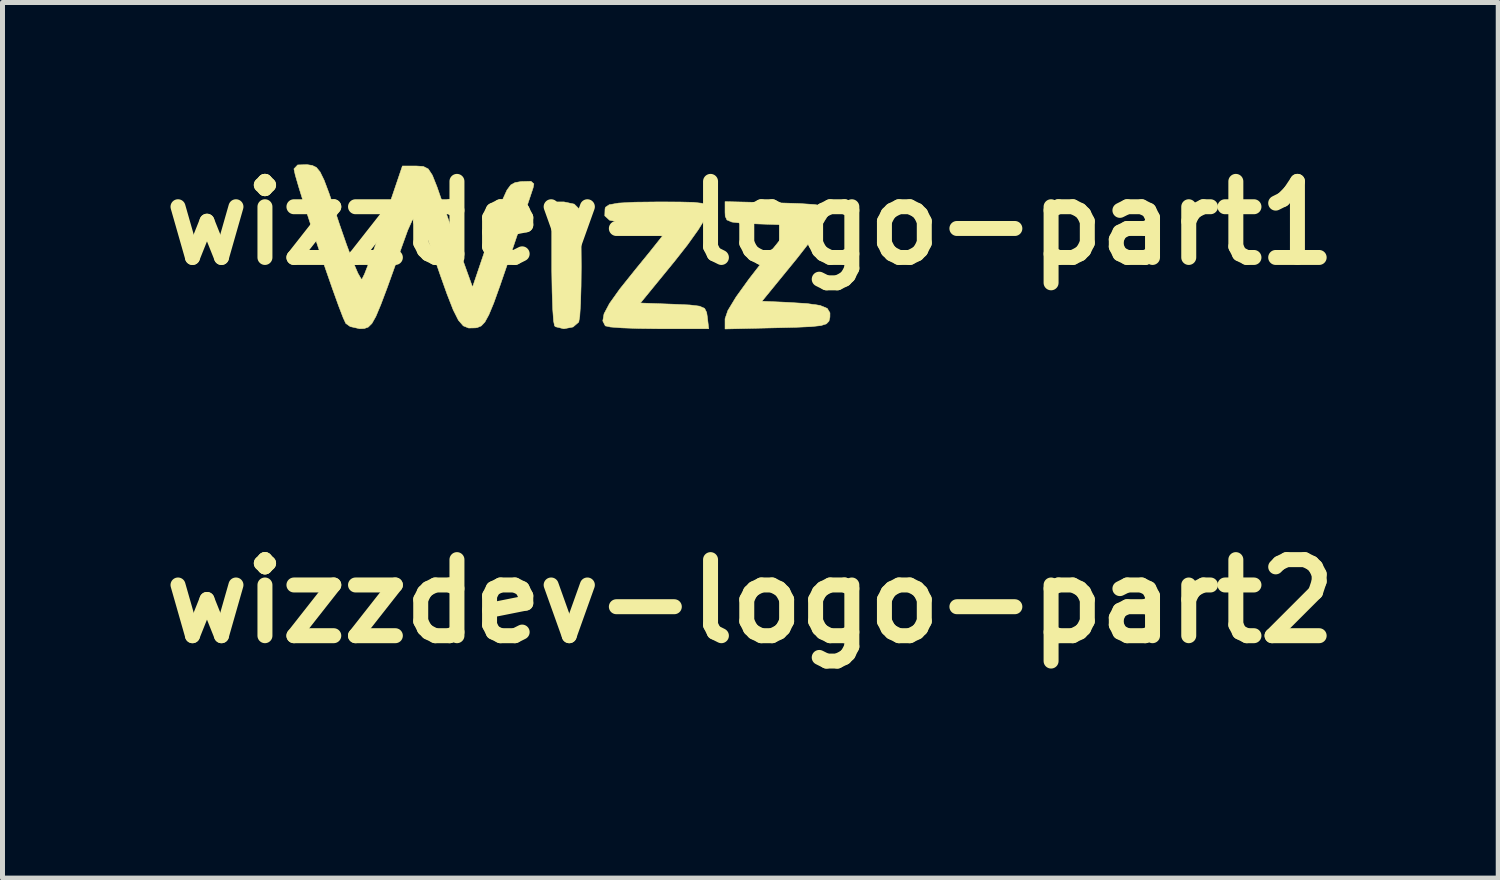
<source format=kicad_pcb>
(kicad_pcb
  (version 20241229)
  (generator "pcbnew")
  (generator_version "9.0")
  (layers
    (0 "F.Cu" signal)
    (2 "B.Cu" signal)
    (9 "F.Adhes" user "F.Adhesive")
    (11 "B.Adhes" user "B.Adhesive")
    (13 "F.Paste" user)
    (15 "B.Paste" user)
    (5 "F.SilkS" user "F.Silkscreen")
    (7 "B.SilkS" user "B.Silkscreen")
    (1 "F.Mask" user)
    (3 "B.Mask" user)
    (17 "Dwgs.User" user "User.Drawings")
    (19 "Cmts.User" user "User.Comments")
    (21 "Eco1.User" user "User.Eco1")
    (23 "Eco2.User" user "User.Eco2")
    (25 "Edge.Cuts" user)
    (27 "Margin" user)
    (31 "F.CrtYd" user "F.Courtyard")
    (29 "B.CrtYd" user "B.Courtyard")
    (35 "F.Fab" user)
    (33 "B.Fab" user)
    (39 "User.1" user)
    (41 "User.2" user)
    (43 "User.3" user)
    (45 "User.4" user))
  (footprint "wizzdev-logo-part1"
    (layer "F.Cu")
    (at 11.982 1.418)
    (property "Reference" "wizzdev-logo-part1" (at 0 0 0) (layer "F.SilkS") (effects (font (size 1.524 1.524) (thickness 0.3))))
    (attr through_hole)
    (fp_poly (pts (xy -3.528 -0.379) (xy -3.438 -0.289) (xy -3.416 -0.146) (xy -3.4 0.125) (xy -3.391 0.478) (xy -3.388 0.872) (xy -3.392 1.263) (xy -3.402 1.608) (xy -3.418 1.865) (xy -3.438 1.983) (xy -3.552 2.082) (xy -3.737 2.118) (xy -3.902 2.078) (xy -3.923 2.06) (xy -3.943 1.96) (xy -3.96 1.721) (xy -3.972 1.378) (xy -3.979 0.96) (xy -3.979 0.79) (xy -3.979 -0.423) (xy -3.734 -0.423) (xy -3.528 -0.379)) (stroke (width 0.01) (type solid)) (fill yes) (layer "F.SilkS"))
    (fp_poly (pts (xy 0.528 -0.405) (xy 0.977 -0.391) (xy 1.282 -0.371) (xy 1.469 -0.341) (xy 1.563 -0.298) (xy 1.588 -0.254) (xy 1.547 -0.144) (xy 1.415 0.067) (xy 1.213 0.349) (xy 0.96 0.673) (xy 0.923 0.72) (xy 0.232 1.566) (xy 0.73 1.588) (xy 1.134 1.613) (xy 1.395 1.65) (xy 1.54 1.71) (xy 1.594 1.8) (xy 1.593 1.887) (xy 1.574 1.965) (xy 1.523 2.019) (xy 1.413 2.054) (xy 1.214 2.075) (xy 0.898 2.089) (xy 0.529 2.098) (xy -0.508 2.122) (xy -0.508 1.918) (xy -0.451 1.752) (xy -0.287 1.481) (xy -0.027 1.12) (xy 0.161 0.878) (xy 0.831 0.042) (xy 0.161 0.018) (xy -0.172 0.003) (xy -0.371 -0.02) (xy -0.47 -0.062) (xy -0.504 -0.136) (xy -0.508 -0.218) (xy -0.508 -0.429) (xy 0.528 -0.405)) (stroke (width 0.01) (type solid)) (fill yes) (layer "F.SilkS"))
    (fp_poly (pts (xy -1.429 -0.422) (xy -1.144 -0.415) (xy -0.971 -0.396) (xy -0.883 -0.361) (xy -0.851 -0.304) (xy -0.847 -0.239) (xy -0.899 -0.101) (xy -1.045 0.135) (xy -1.263 0.44) (xy -1.525 0.773) (xy -2.203 1.602) (xy -1.546 1.626) (xy -1.216 1.641) (xy -1.019 1.665) (xy -0.917 1.71) (xy -0.876 1.791) (xy -0.862 1.884) (xy -0.835 2.117) (xy -1.843 2.117) (xy -2.24 2.112) (xy -2.574 2.1) (xy -2.808 2.082) (xy -2.907 2.06) (xy -2.957 1.961) (xy -2.932 1.818) (xy -2.822 1.611) (xy -2.617 1.323) (xy -2.304 0.932) (xy -2.286 0.91) (xy -2.029 0.595) (xy -1.817 0.329) (xy -1.67 0.138) (xy -1.609 0.047) (xy -1.609 0.044) (xy -1.686 0.023) (xy -1.892 0.007) (xy -2.183 0.000151) (xy -2.235 0) (xy -2.601 -0.013) (xy -2.821 -0.057) (xy -2.917 -0.145) (xy -2.912 -0.285) (xy -2.901 -0.318) (xy -2.828 -0.367) (xy -2.638 -0.4) (xy -2.314 -0.418) (xy -1.856 -0.423) (xy -1.429 -0.422)) (stroke (width 0.01) (type solid)) (fill yes) (layer "F.SilkS"))
    (fp_poly (pts (xy -8.777 -1.154) (xy -8.694 -1.114) (xy -8.62 -1.024) (xy -8.54 -0.861) (xy -8.441 -0.598) (xy -8.31 -0.211) (xy -8.232 0.024) (xy -8.091 0.43) (xy -7.965 0.766) (xy -7.863 1.004) (xy -7.796 1.12) (xy -7.781 1.124) (xy -7.731 1.024) (xy -7.641 0.794) (xy -7.52 0.466) (xy -7.383 0.072) (xy -7.344 -0.042) (xy -6.971 -1.143) (xy -6.696 -1.143) (xy -6.552 -1.134) (xy -6.453 -1.084) (xy -6.371 -0.959) (xy -6.278 -0.726) (xy -6.217 -0.55) (xy -6.077 -0.149) (xy -5.917 0.305) (xy -5.789 0.663) (xy -5.566 1.283) (xy -5.213 0.24) (xy -5.067 -0.186) (xy -4.96 -0.477) (xy -4.876 -0.661) (xy -4.8 -0.763) (xy -4.715 -0.81) (xy -4.606 -0.829) (xy -4.581 -0.831) (xy -4.395 -0.836) (xy -4.337 -0.785) (xy -4.353 -0.704) (xy -4.396 -0.575) (xy -4.483 -0.315) (xy -4.604 0.043) (xy -4.748 0.469) (xy -4.847 0.762) (xy -5.015 1.251) (xy -5.141 1.602) (xy -5.239 1.838) (xy -5.319 1.984) (xy -5.392 2.061) (xy -5.472 2.094) (xy -5.511 2.1) (xy -5.644 2.103) (xy -5.751 2.06) (xy -5.849 1.947) (xy -5.953 1.74) (xy -6.08 1.415) (xy -6.207 1.058) (xy -6.386 0.539) (xy -6.518 0.172) (xy -6.616 -0.046) (xy -6.696 -0.121) (xy -6.774 -0.056) (xy -6.864 0.144) (xy -6.983 0.474) (xy -7.099 0.804) (xy -7.273 1.289) (xy -7.404 1.636) (xy -7.502 1.87) (xy -7.582 2.012) (xy -7.656 2.085) (xy -7.735 2.113) (xy -7.826 2.117) (xy -8.016 2.074) (xy -8.105 2.011) (xy -8.157 1.898) (xy -8.25 1.656) (xy -8.372 1.317) (xy -8.513 0.912) (xy -8.661 0.475) (xy -8.807 0.036) (xy -8.939 -0.371) (xy -9.046 -0.716) (xy -9.118 -0.964) (xy -9.144 -1.085) (xy -9.069 -1.164) (xy -8.881 -1.17) (xy -8.777 -1.154)) (stroke (width 0.01) (type solid)) (fill yes) (layer "F.SilkS")))
  (footprint "wizzdev-logo-part2"
    (layer "F.Cu")
    (at 11.982 8.995)
    (property "Reference" "wizzdev-logo-part2" (at 0 0 0) (layer "F.SilkS") (effects (font (size 1.524 1.524) (thickness 0.3))))
    (attr through_hole)
    (fp_poly (pts (xy 8.439 -0.444) (xy 8.588 -0.231) (xy 8.645 -0.106) (xy 8.784 0.214) (xy 8.929 0.537) (xy 8.974 0.635) (xy 9.092 0.894) (xy 9.187 1.12) (xy 9.205 1.166) (xy 9.246 1.238) (xy 9.298 1.225) (xy 9.375 1.107) (xy 9.492 0.866) (xy 9.604 0.616) (xy 9.802 0.173) (xy 9.953 -0.136) (xy 10.071 -0.336) (xy 10.172 -0.449) (xy 10.274 -0.498) (xy 10.374 -0.508) (xy 10.493 -0.491) (xy 10.558 -0.426) (xy 10.565 -0.294) (xy 10.51 -0.077) (xy 10.389 0.244) (xy 10.199 0.689) (xy 10.081 0.954) (xy 9.884 1.391) (xy 9.739 1.697) (xy 9.63 1.896) (xy 9.539 2.013) (xy 9.451 2.071) (xy 9.348 2.094) (xy 9.29 2.1) (xy 9.144 2.106) (xy 9.039 2.072) (xy 8.947 1.968) (xy 8.839 1.763) (xy 8.721 1.507) (xy 8.448 0.899) (xy 8.243 0.427) (xy 8.1 0.075) (xy 8.012 -0.174) (xy 7.975 -0.336) (xy 7.983 -0.427) (xy 8.018 -0.46) (xy 8.26 -0.514) (xy 8.439 -0.444)) (stroke (width 0.01) (type solid)) (fill yes) (layer "F.Mask"))
    (fp_poly (pts (xy -7.152 -2.4) (xy -6.968 -2.297) (xy -6.77 -2.19) (xy -6.469 -2.068) (xy -6.128 -1.954) (xy -6.096 -1.944) (xy -5.67 -1.818) (xy -5.198 -1.672) (xy -4.838 -1.558) (xy -4.398 -1.436) (xy -4.061 -1.396) (xy -3.883 -1.409) (xy -3.574 -1.402) (xy -3.351 -1.292) (xy -3.235 -1.111) (xy -3.246 -0.889) (xy -3.387 -0.677) (xy -3.583 -0.533) (xy -3.773 -0.535) (xy -3.96 -0.64) (xy -4.101 -0.774) (xy -4.149 -0.878) (xy -4.223 -0.955) (xy -4.42 -1.055) (xy -4.698 -1.159) (xy -4.72 -1.166) (xy -5.4 -1.38) (xy -5.938 -1.547) (xy -6.352 -1.672) (xy -6.661 -1.761) (xy -6.884 -1.819) (xy -7.04 -1.851) (xy -7.146 -1.862) (xy -7.165 -1.863) (xy -7.368 -1.793) (xy -7.62 -1.603) (xy -7.89 -1.322) (xy -8.104 -1.037) (xy -8.254 -0.874) (xy -8.373 -0.874) (xy -8.435 -0.97) (xy -8.407 -1.1) (xy -8.279 -1.312) (xy -8.115 -1.519) (xy -7.916 -1.777) (xy -7.766 -2.022) (xy -7.704 -2.179) (xy -7.601 -2.37) (xy -7.404 -2.445) (xy -7.152 -2.4)) (stroke (width 0.01) (type solid)) (fill yes) (layer "F.Mask"))
    (fp_poly (pts (xy 3.712 -1.151) (xy 4.03 -1.115) (xy 4.129 -1.093) (xy 4.524 -0.898) (xy 4.847 -0.562) (xy 5.08 -0.103) (xy 5.121 0.025) (xy 5.193 0.313) (xy 5.206 0.532) (xy 5.159 0.775) (xy 5.123 0.902) (xy 4.896 1.384) (xy 4.535 1.766) (xy 4.277 1.931) (xy 4.083 1.995) (xy 3.785 2.047) (xy 3.419 2.085) (xy 3.025 2.109) (xy 2.639 2.117) (xy 2.3 2.107) (xy 2.045 2.078) (xy 1.912 2.03) (xy 1.904 2.017) (xy 1.89 1.897) (xy 1.881 1.638) (xy 1.88 1.541) (xy 2.54 1.541) (xy 3.267 1.512) (xy 3.623 1.493) (xy 3.856 1.465) (xy 4.01 1.412) (xy 4.131 1.321) (xy 4.236 1.21) (xy 4.471 0.835) (xy 4.541 0.423) (xy 4.471 0.05) (xy 4.332 -0.246) (xy 4.128 -0.449) (xy 3.828 -0.577) (xy 3.404 -0.646) (xy 3.221 -0.66) (xy 2.54 -0.699) (xy 2.54 1.541) (xy 1.88 1.541) (xy 1.877 1.269) (xy 1.877 0.819) (xy 1.882 0.378) (xy 1.905 -1.143) (xy 2.836 -1.168) (xy 3.298 -1.17) (xy 3.712 -1.151)) (stroke (width 0.01) (type solid)) (fill yes) (layer "F.Mask"))
    (fp_poly (pts (xy 7.093 -0.43) (xy 7.443 -0.228) (xy 7.723 0.066) (xy 7.899 0.416) (xy 7.94 0.762) (xy 7.916 1.058) (xy 6.962 1.101) (xy 6.55 1.12) (xy 6.282 1.138) (xy 6.133 1.163) (xy 6.078 1.2) (xy 6.091 1.258) (xy 6.134 1.324) (xy 6.354 1.499) (xy 6.669 1.568) (xy 7.036 1.525) (xy 7.201 1.47) (xy 7.424 1.387) (xy 7.549 1.372) (xy 7.63 1.427) (xy 7.674 1.484) (xy 7.77 1.647) (xy 7.753 1.766) (xy 7.605 1.891) (xy 7.514 1.948) (xy 7.182 2.073) (xy 6.77 2.116) (xy 6.35 2.078) (xy 6.013 1.968) (xy 5.689 1.718) (xy 5.47 1.37) (xy 5.366 0.965) (xy 5.386 0.547) (xy 5.387 0.545) (xy 6.011 0.545) (xy 6.089 0.567) (xy 6.297 0.584) (xy 6.594 0.592) (xy 6.699 0.593) (xy 7.387 0.593) (xy 7.262 0.402) (xy 7.019 0.155) (xy 6.726 0.046) (xy 6.425 0.089) (xy 6.201 0.231) (xy 6.048 0.418) (xy 6.011 0.545) (xy 5.387 0.545) (xy 5.54 0.156) (xy 5.582 0.094) (xy 5.857 -0.181) (xy 6.217 -0.391) (xy 6.592 -0.499) (xy 6.706 -0.507) (xy 7.093 -0.43)) (stroke (width 0.01) (type solid)) (fill yes) (layer "F.Mask"))
    (fp_poly (pts (xy -10.115 -1.387) (xy -9.98 -1.231) (xy -9.969 -1.006) (xy -9.969 -0.855) (xy -9.929 -0.618) (xy -9.864 -0.347) (xy -9.787 -0.091) (xy -9.712 0.098) (xy -9.653 0.169) (xy -9.563 0.114) (xy -9.417 -0.023) (xy -9.398 -0.042) (xy -9.214 -0.196) (xy -9.063 -0.252) (xy -8.98 -0.2) (xy -8.975 -0.159) (xy -9.027 -0.044) (xy -9.158 0.14) (xy -9.236 0.233) (xy -9.398 0.442) (xy -9.459 0.613) (xy -9.443 0.822) (xy -9.44 0.837) (xy -9.366 1.115) (xy -9.253 1.424) (xy -9.221 1.498) (xy -9.123 1.739) (xy -9.066 1.928) (xy -9.059 1.975) (xy -8.999 2.127) (xy -8.932 2.201) (xy -8.816 2.359) (xy -8.841 2.486) (xy -9 2.54) (xy -9.008 2.54) (xy -9.158 2.505) (xy -9.235 2.367) (xy -9.257 2.265) (xy -9.311 2.023) (xy -9.397 1.727) (xy -9.499 1.418) (xy -9.603 1.14) (xy -9.692 0.936) (xy -9.753 0.847) (xy -9.757 0.847) (xy -9.803 0.92) (xy -9.821 1.09) (xy -9.883 1.351) (xy -10.062 1.491) (xy -10.303 1.509) (xy -10.471 1.463) (xy -10.547 1.339) (xy -10.568 1.196) (xy -10.562 0.975) (xy -10.51 0.825) (xy -10.505 0.819) (xy -10.462 0.699) (xy -10.433 0.468) (xy -10.417 0.169) (xy -10.417 0.148) (xy -10.152 0.148) (xy -10.139 0.453) (xy -10.096 0.637) (xy -10.031 0.687) (xy -9.952 0.586) (xy -9.933 0.542) (xy -9.928 0.386) (xy -9.974 0.143) (xy -10.013 0.013) (xy -10.144 -0.381) (xy -10.152 0.148) (xy -10.417 0.148) (xy -10.414 -0.155) (xy -10.424 -0.459) (xy -10.448 -0.7) (xy -10.485 -0.833) (xy -10.504 -0.847) (xy -10.559 -0.92) (xy -10.569 -1.103) (xy -10.568 -1.122) (xy -10.519 -1.324) (xy -10.402 -1.412) (xy -10.334 -1.426) (xy -10.115 -1.387)) (stroke (width 0.01) (type solid)) (fill yes) (layer "F.Mask")))
  (gr_rect
    (start -3 -3)
    (end 26.963 14.54)
    (stroke (width 0.1) (type default))
    (fill no)
    (layer "Edge.Cuts")))
</source>
